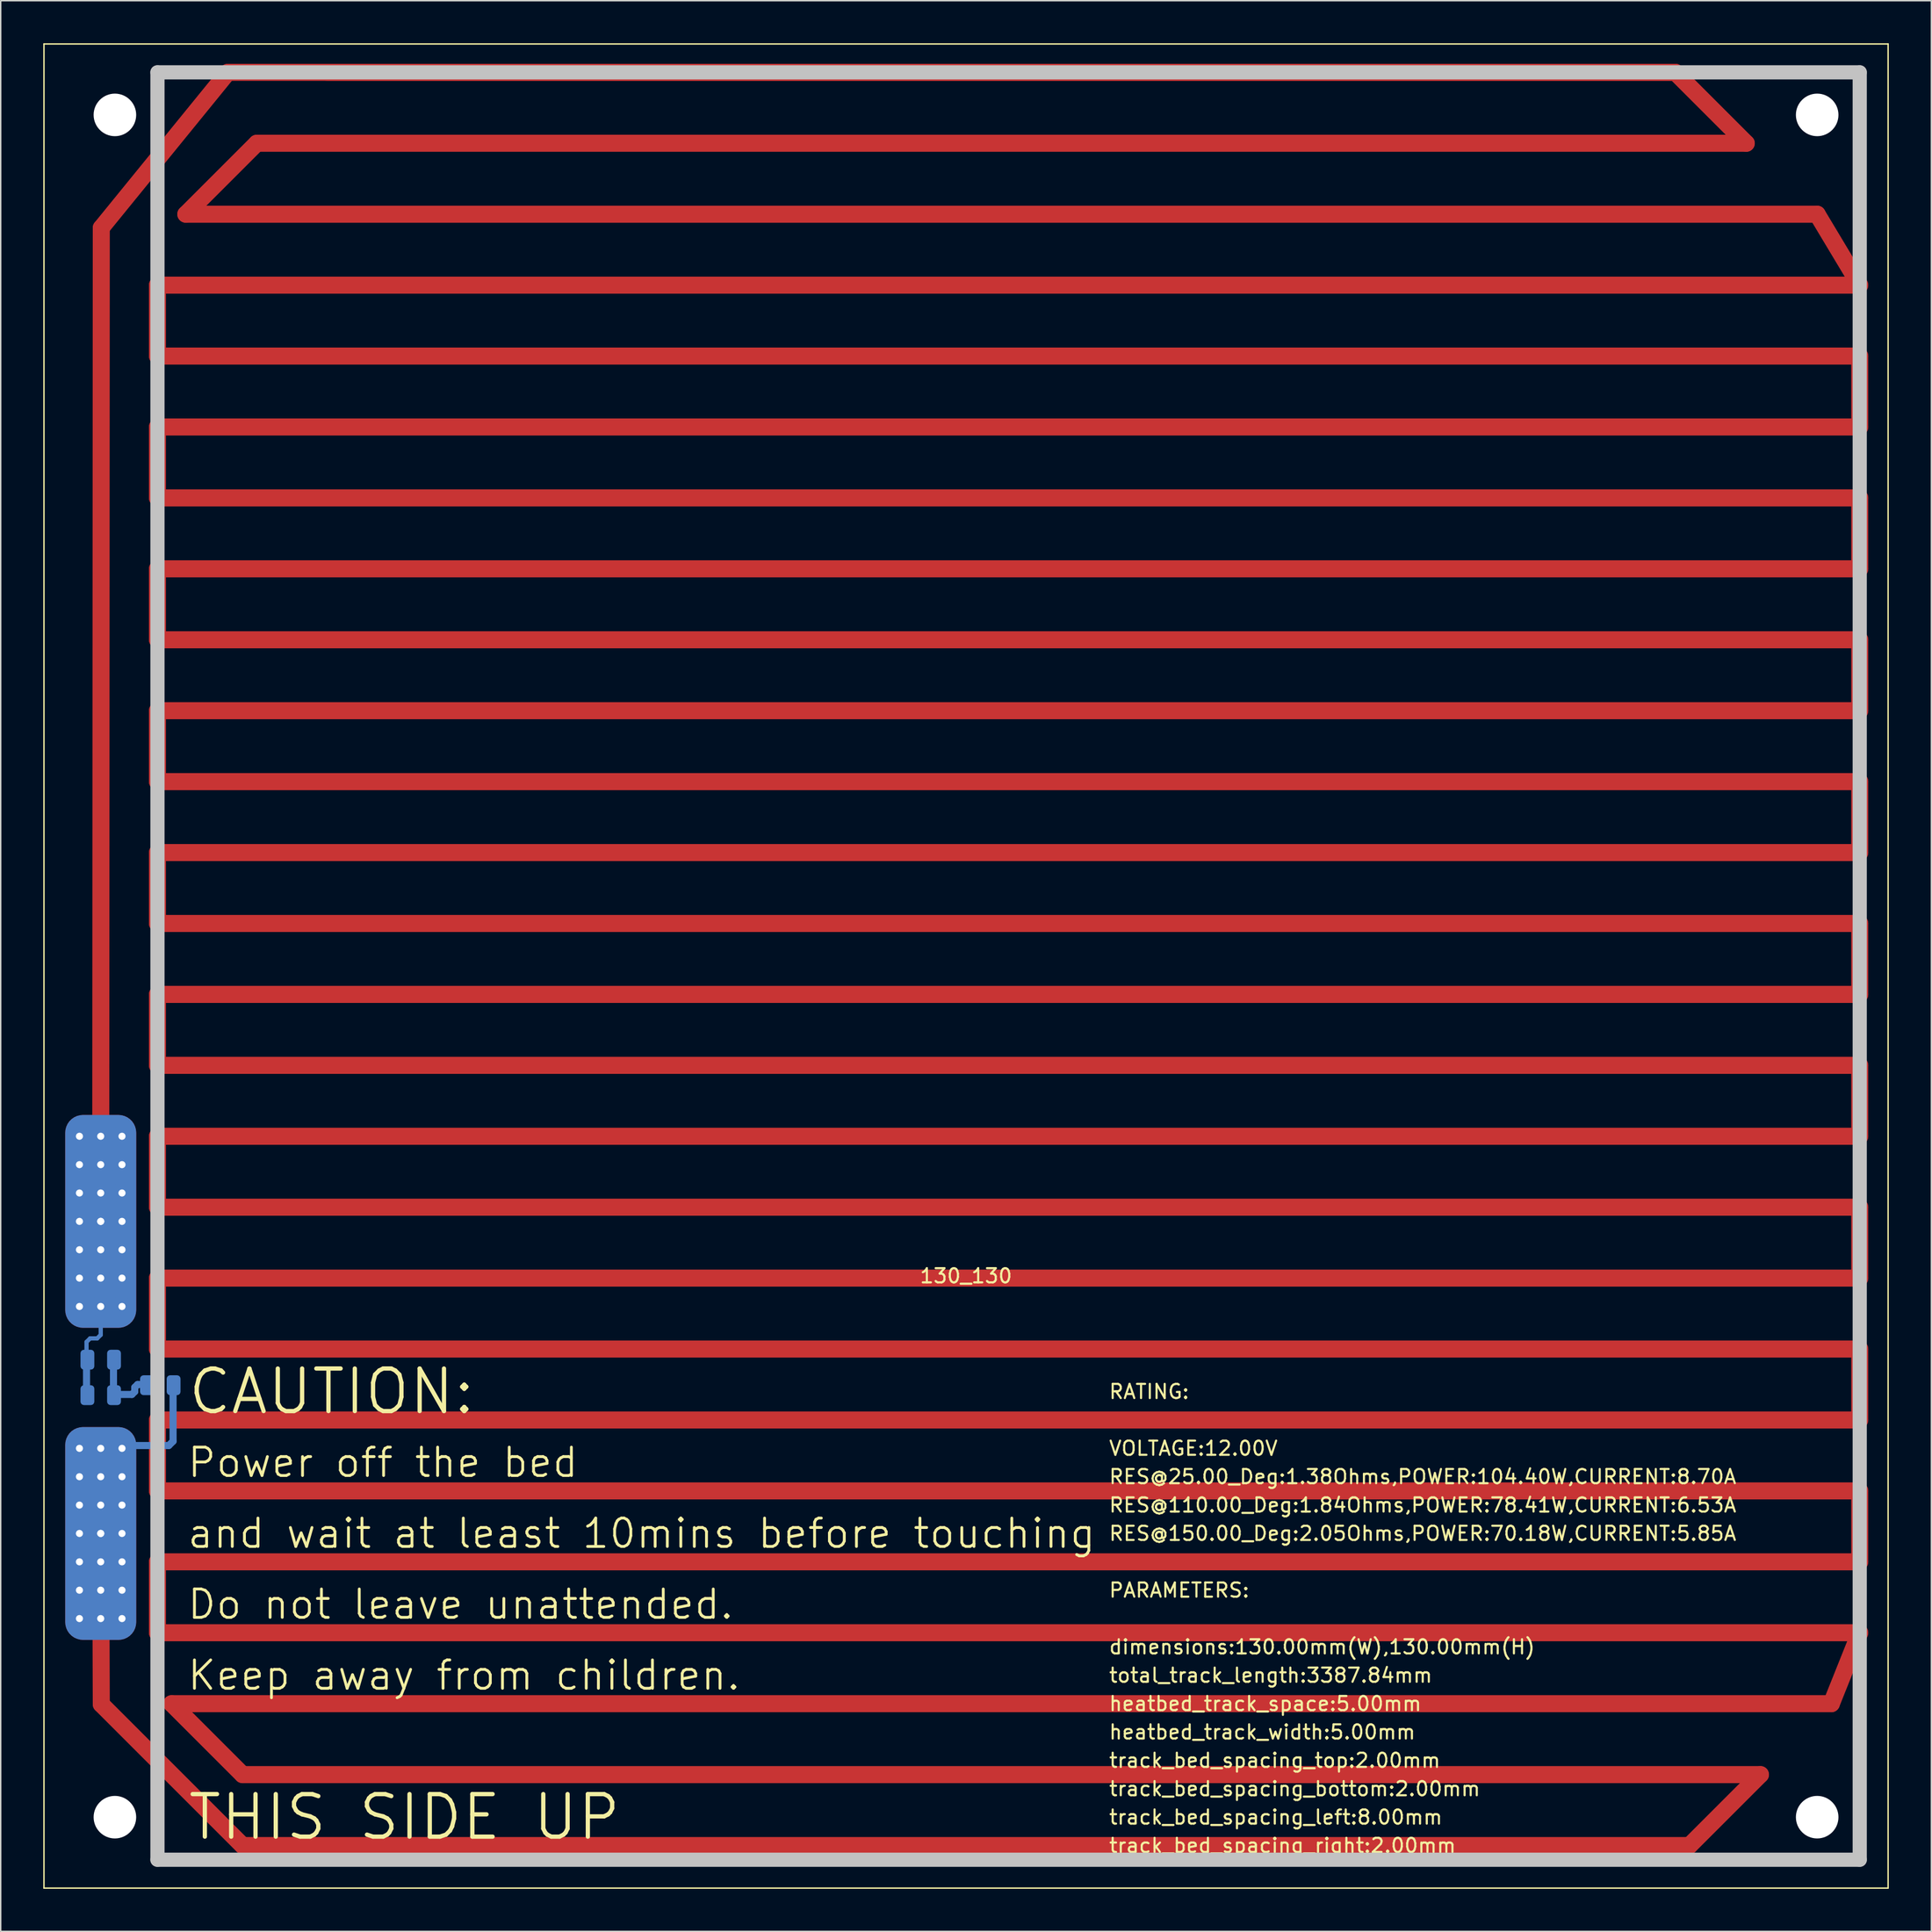
<source format=kicad_pcb>
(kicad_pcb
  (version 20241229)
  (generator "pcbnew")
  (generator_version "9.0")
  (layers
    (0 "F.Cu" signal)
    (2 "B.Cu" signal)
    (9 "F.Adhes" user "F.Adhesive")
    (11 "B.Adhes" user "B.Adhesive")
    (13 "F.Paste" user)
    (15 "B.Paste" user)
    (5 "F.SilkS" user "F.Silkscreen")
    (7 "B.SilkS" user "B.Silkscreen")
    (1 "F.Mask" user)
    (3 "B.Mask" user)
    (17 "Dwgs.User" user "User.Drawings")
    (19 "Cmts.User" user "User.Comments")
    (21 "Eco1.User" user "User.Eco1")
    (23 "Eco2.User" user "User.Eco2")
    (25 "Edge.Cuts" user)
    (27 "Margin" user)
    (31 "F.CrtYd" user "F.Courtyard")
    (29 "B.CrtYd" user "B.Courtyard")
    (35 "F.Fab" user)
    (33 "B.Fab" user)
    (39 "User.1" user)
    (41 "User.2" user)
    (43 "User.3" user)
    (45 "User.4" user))
  (footprint "130_130"
    (layer "F.Cu")
    (at 65.05 65.05)
    (property "Reference" "130_130" (at 0 21.844 0) (layer "F.SilkS") (effects (font (size 1 1) (thickness 0.15))))
    (attr through_hole)
    (fp_line (start -61 18) (end -60.96 -52.04) (stroke (width 1.2) (type solid)) (layer "F.Cu"))
    (fp_line (start -60.96 -52.04) (end -52.04 -63) (stroke (width 1.2) (type solid)) (layer "F.Cu"))
    (fp_line (start -60.96 52.04) (end -61 40) (stroke (width 1.2) (type solid)) (layer "F.Cu"))
    (fp_line (start -57 -48) (end -57 -43) (stroke (width 1.2) (type solid)) (layer "F.Cu"))
    (fp_line (start -57 -48) (end 63 -48) (stroke (width 1.2) (type solid)) (layer "F.Cu"))
    (fp_line (start -57 -43) (end 63 -43) (stroke (width 1.2) (type solid)) (layer "F.Cu"))
    (fp_line (start -57 -38) (end -57 -33) (stroke (width 1.2) (type solid)) (layer "F.Cu"))
    (fp_line (start -57 -38) (end 63 -38) (stroke (width 1.2) (type solid)) (layer "F.Cu"))
    (fp_line (start -57 -33) (end 63 -33) (stroke (width 1.2) (type solid)) (layer "F.Cu"))
    (fp_line (start -57 -28) (end -57 -23) (stroke (width 1.2) (type solid)) (layer "F.Cu"))
    (fp_line (start -57 -28) (end 63 -28) (stroke (width 1.2) (type solid)) (layer "F.Cu"))
    (fp_line (start -57 -23) (end 63 -23) (stroke (width 1.2) (type solid)) (layer "F.Cu"))
    (fp_line (start -57 -18) (end -57 -13) (stroke (width 1.2) (type solid)) (layer "F.Cu"))
    (fp_line (start -57 -18) (end 63 -18) (stroke (width 1.2) (type solid)) (layer "F.Cu"))
    (fp_line (start -57 -13) (end 63 -13) (stroke (width 1.2) (type solid)) (layer "F.Cu"))
    (fp_line (start -57 -8) (end -57 -3) (stroke (width 1.2) (type solid)) (layer "F.Cu"))
    (fp_line (start -57 -8) (end 63 -8) (stroke (width 1.2) (type solid)) (layer "F.Cu"))
    (fp_line (start -57 -3) (end 63 -3) (stroke (width 1.2) (type solid)) (layer "F.Cu"))
    (fp_line (start -57 2) (end -57 7) (stroke (width 1.2) (type solid)) (layer "F.Cu"))
    (fp_line (start -57 2) (end 63 2) (stroke (width 1.2) (type solid)) (layer "F.Cu"))
    (fp_line (start -57 7) (end 63 7) (stroke (width 1.2) (type solid)) (layer "F.Cu"))
    (fp_line (start -57 12) (end -57 17) (stroke (width 1.2) (type solid)) (layer "F.Cu"))
    (fp_line (start -57 12) (end 63 12) (stroke (width 1.2) (type solid)) (layer "F.Cu"))
    (fp_line (start -57 17) (end 63 17) (stroke (width 1.2) (type solid)) (layer "F.Cu"))
    (fp_line (start -57 22) (end -57 27) (stroke (width 1.2) (type solid)) (layer "F.Cu"))
    (fp_line (start -57 22) (end 63 22) (stroke (width 1.2) (type solid)) (layer "F.Cu"))
    (fp_line (start -57 27) (end 63 27) (stroke (width 1.2) (type solid)) (layer "F.Cu"))
    (fp_line (start -57 32) (end -57 37) (stroke (width 1.2) (type solid)) (layer "F.Cu"))
    (fp_line (start -57 32) (end 63 32) (stroke (width 1.2) (type solid)) (layer "F.Cu"))
    (fp_line (start -57 37) (end 63 37) (stroke (width 1.2) (type solid)) (layer "F.Cu"))
    (fp_line (start -57 42) (end -57 47) (stroke (width 1.2) (type solid)) (layer "F.Cu"))
    (fp_line (start -57 42) (end 63 42) (stroke (width 1.2) (type solid)) (layer "F.Cu"))
    (fp_line (start -57 47) (end 63 47) (stroke (width 1.2) (type solid)) (layer "F.Cu"))
    (fp_line (start -56 52) (end -51 57) (stroke (width 1.2) (type solid)) (layer "F.Cu"))
    (fp_line (start -56 52) (end 61 52) (stroke (width 1.2) (type solid)) (layer "F.Cu"))
    (fp_line (start -55 -53) (end 60 -53) (stroke (width 1.2) (type solid)) (layer "F.Cu"))
    (fp_line (start -52.04 -63) (end 50 -63) (stroke (width 1.2) (type solid)) (layer "F.Cu"))
    (fp_line (start -51 57) (end 56 57) (stroke (width 1.2) (type solid)) (layer "F.Cu"))
    (fp_line (start -51 62) (end -60.96 52.04) (stroke (width 1.2) (type solid)) (layer "F.Cu"))
    (fp_line (start -50 -58) (end -55 -53) (stroke (width 1.2) (type solid)) (layer "F.Cu"))
    (fp_line (start -50 -58) (end 55 -58) (stroke (width 1.2) (type solid)) (layer "F.Cu"))
    (fp_line (start -46 62) (end -51 62) (stroke (width 1.2) (type solid)) (layer "F.Cu"))
    (fp_line (start -46 62) (end 51 62) (stroke (width 1.2) (type solid)) (layer "F.Cu"))
    (fp_line (start -45 -63) (end 50 -63) (stroke (width 1.2) (type solid)) (layer "F.Cu"))
    (fp_line (start 50 -63) (end 55 -58) (stroke (width 1.2) (type solid)) (layer "F.Cu"))
    (fp_line (start 56 57) (end 51 62) (stroke (width 1.2) (type solid)) (layer "F.Cu"))
    (fp_line (start 60 -53) (end 63 -48) (stroke (width 1.2) (type solid)) (layer "F.Cu"))
    (fp_line (start 63 -43) (end 63 -38) (stroke (width 1.2) (type solid)) (layer "F.Cu"))
    (fp_line (start 63 -33) (end 63 -28) (stroke (width 1.2) (type solid)) (layer "F.Cu"))
    (fp_line (start 63 -23) (end 63 -18) (stroke (width 1.2) (type solid)) (layer "F.Cu"))
    (fp_line (start 63 -13) (end 63 -8) (stroke (width 1.2) (type solid)) (layer "F.Cu"))
    (fp_line (start 63 -3) (end 63 2) (stroke (width 1.2) (type solid)) (layer "F.Cu"))
    (fp_line (start 63 7) (end 63 12) (stroke (width 1.2) (type solid)) (layer "F.Cu"))
    (fp_line (start 63 17) (end 63 22) (stroke (width 1.2) (type solid)) (layer "F.Cu"))
    (fp_line (start 63 27) (end 63 32) (stroke (width 1.2) (type solid)) (layer "F.Cu"))
    (fp_line (start 63 37) (end 63 42) (stroke (width 1.2) (type solid)) (layer "F.Cu"))
    (fp_line (start 63 47) (end 61 52) (stroke (width 1.2) (type solid)) (layer "F.Cu"))
    (fp_circle (center -60 -60) (end -62 -60) (stroke (width 2) (type solid)) (fill no) (layer "F.Mask"))
    (fp_circle (center -60 60) (end -62 60) (stroke (width 2) (type solid)) (fill no) (layer "F.Mask"))
    (fp_circle (center 60 -60) (end 58 -60) (stroke (width 2) (type solid)) (fill no) (layer "F.Mask"))
    (fp_circle (center 60 60) (end 58 60) (stroke (width 2) (type solid)) (fill no) (layer "F.Mask"))
    (fp_line (start -62 26.5) (end -61.75 26.25) (stroke (width 0.3) (type solid)) (layer "B.Cu"))
    (fp_line (start -62 27.7) (end -62 30.3) (stroke (width 0.5) (type solid)) (layer "B.Cu"))
    (fp_line (start -62 27.75) (end -62 26.5) (stroke (width 0.3) (type solid)) (layer "B.Cu"))
    (fp_line (start -61.75 26.25) (end -61.25 26.25) (stroke (width 0.3) (type solid)) (layer "B.Cu"))
    (fp_line (start -61.25 26.25) (end -61 26) (stroke (width 0.3) (type solid)) (layer "B.Cu"))
    (fp_line (start -61 26) (end -61 25) (stroke (width 0.3) (type solid)) (layer "B.Cu"))
    (fp_line (start -60.1 27.7) (end -60.1 30.2) (stroke (width 0.5) (type solid)) (layer "B.Cu"))
    (fp_line (start -60.1 30.2) (end -58.8 30.2) (stroke (width 0.5) (type solid)) (layer "B.Cu"))
    (fp_line (start -58.8 30.2) (end -58.6 30) (stroke (width 0.5) (type solid)) (layer "B.Cu"))
    (fp_line (start -58.6 29.7) (end -58.4 29.5) (stroke (width 0.5) (type solid)) (layer "B.Cu"))
    (fp_line (start -58.6 30) (end -58.6 29.7) (stroke (width 0.5) (type solid)) (layer "B.Cu"))
    (fp_line (start -58.4 29.5) (end -57.8 29.5) (stroke (width 0.5) (type solid)) (layer "B.Cu"))
    (fp_line (start -56.2 33.8) (end -59.5 33.8) (stroke (width 0.5) (type solid)) (layer "B.Cu"))
    (fp_line (start -55.9 29.5) (end -55.9 33.5) (stroke (width 0.5) (type solid)) (layer "B.Cu"))
    (fp_line (start -55.9 33.5) (end -56.2 33.8) (stroke (width 0.5) (type solid)) (layer "B.Cu"))
    (fp_circle (center -60 -60) (end -62 -60) (stroke (width 2) (type solid)) (fill no) (layer "B.Mask"))
    (fp_circle (center -60 60) (end -62 60) (stroke (width 2) (type solid)) (fill no) (layer "B.Mask"))
    (fp_circle (center 60 -60) (end 58 -60) (stroke (width 2) (type solid)) (fill no) (layer "B.Mask"))
    (fp_circle (center 60 60) (end 58 60) (stroke (width 2) (type solid)) (fill no) (layer "B.Mask"))
    (fp_line (start -65 -65) (end 65 -65) (stroke (width 0.1) (type solid)) (layer "F.SilkS"))
    (fp_line (start -65 65) (end -65 -65) (stroke (width 0.1) (type solid)) (layer "F.SilkS"))
    (fp_line (start 65 -65) (end 65 65) (stroke (width 0.1) (type solid)) (layer "F.SilkS"))
    (fp_line (start 65 65) (end -65 65) (stroke (width 0.1) (type solid)) (layer "F.SilkS"))
    (fp_line (start -57 -63) (end -57 63) (stroke (width 1) (type solid)) (layer "Dwgs.User"))
    (fp_line (start -57 -63) (end 63 -63) (stroke (width 1) (type solid)) (layer "Dwgs.User"))
    (fp_line (start -57 63) (end 63 63) (stroke (width 1) (type solid)) (layer "Dwgs.User"))
    (fp_line (start 63 -63) (end 63 63) (stroke (width 1) (type solid)) (layer "Dwgs.User"))
    (fp_text user "RES@25.00_Deg:1.38Ohms,POWER:104.40W,CURRENT:8.70A" (at 10 36 0) (layer "F.SilkS") (effects (font (size 1 1) (thickness 0.15)) (justify left)))
    (fp_text user "CAUTION:" (at -55 30 0) (layer "F.SilkS") (effects (font (size 3 3) (thickness 0.3)) (justify left)))
    (fp_text user "track_bed_spacing_top:2.00mm" (at 10 56 0) (layer "F.SilkS") (effects (font (size 1 1) (thickness 0.15)) (justify left)))
    (fp_text user "RES@110.00_Deg:1.84Ohms,POWER:78.41W,CURRENT:6.53A" (at 10 38 0) (layer "F.SilkS") (effects (font (size 1 1) (thickness 0.15)) (justify left)))
    (fp_text user "heatbed_track_width:5.00mm" (at 10 54 0) (layer "F.SilkS") (effects (font (size 1 1) (thickness 0.15)) (justify left)))
    (fp_text user "Power off the bed" (at -55 35 0) (layer "F.SilkS") (effects (font (size 2 2) (thickness 0.2)) (justify left)))
    (fp_text user "track_bed_spacing_left:8.00mm" (at 10 60 0) (layer "F.SilkS") (effects (font (size 1 1) (thickness 0.15)) (justify left)))
    (fp_text user "dimensions:130.00mm(W),130.00mm(H)" (at 10 48 0) (layer "F.SilkS") (effects (font (size 1 1) (thickness 0.15)) (justify left)))
    (fp_text user "RES@150.00_Deg:2.05Ohms,POWER:70.18W,CURRENT:5.85A" (at 10 40 0) (layer "F.SilkS") (effects (font (size 1 1) (thickness 0.15)) (justify left)))
    (fp_text user "" (at 10 46 0) (layer "F.SilkS") (effects (font (size 1 1) (thickness 0.15)) (justify left)))
    (fp_text user "heatbed_track_space:5.00mm" (at 10 52 0) (layer "F.SilkS") (effects (font (size 1 1) (thickness 0.15)) (justify left)))
    (fp_text user "THIS SIDE UP" (at -55 60 0) (layer "F.SilkS") (effects (font (size 3 3) (thickness 0.3)) (justify left)))
    (fp_text user "Keep away from children." (at -55 50 0) (layer "F.SilkS") (effects (font (size 2 2) (thickness 0.2)) (justify left)))
    (fp_text user "Do not leave unattended." (at -55 45 0) (layer "F.SilkS") (effects (font (size 2 2) (thickness 0.2)) (justify left)))
    (fp_text user "" (at 10 42 0) (layer "F.SilkS") (effects (font (size 1 1) (thickness 0.15)) (justify left)))
    (fp_text user "" (at 10 32 0) (layer "F.SilkS") (effects (font (size 1 1) (thickness 0.15)) (justify left)))
    (fp_text user "total_track_length:3387.84mm" (at 10 50 0) (layer "F.SilkS") (effects (font (size 1 1) (thickness 0.15)) (justify left)))
    (fp_text user "track_bed_spacing_bottom:2.00mm" (at 10 58 0) (layer "F.SilkS") (effects (font (size 1 1) (thickness 0.15)) (justify left)))
    (fp_text user "RATING:" (at 10 30 0) (layer "F.SilkS") (effects (font (size 1 1) (thickness 0.15)) (justify left)))
    (fp_text user "PARAMETERS:" (at 10 44 0) (layer "F.SilkS") (effects (font (size 1 1) (thickness 0.15)) (justify left)))
    (fp_text user "VOLTAGE:12.00V" (at 10 34 0) (layer "F.SilkS") (effects (font (size 1 1) (thickness 0.15)) (justify left)))
    (fp_text user "and wait at least 10mins before touching" (at -55 40 0) (layer "F.SilkS") (effects (font (size 2 2) (thickness 0.2)) (justify left)))
    (fp_text user "track_bed_spacing_right:2.00mm" (at 10 62 0) (layer "F.SilkS") (effects (font (size 1 1) (thickness 0.15)) (justify left)))
    (pad "" np_thru_hole circle (at -60 -60) (size 3 3) (drill 3) (layers "*.Cu" "*.Mask"))
    (pad "" np_thru_hole circle (at -60 60) (size 3 3) (drill 3) (layers "*.Cu" "*.Mask"))
    (pad "" np_thru_hole circle (at 60 -60) (size 3 3) (drill 3) (layers "*.Cu" "*.Mask"))
    (pad "" np_thru_hole circle (at 60 60) (size 3 3) (drill 3) (layers "*.Cu" "*.Mask"))
    (pad "1" thru_hole circle (at -62.5 12) (size 1.5 1.5) (drill 0.5) (layers "*.Cu" "B.Mask"))
    (pad "1" thru_hole circle (at -62.5 14) (size 1.5 1.5) (drill 0.5) (layers "*.Cu" "B.Mask"))
    (pad "1" thru_hole circle (at -62.5 16) (size 1.5 1.5) (drill 0.5) (layers "*.Cu" "B.Mask"))
    (pad "1" thru_hole circle (at -62.5 18) (size 1.5 1.5) (drill 0.5) (layers "*.Cu" "B.Mask"))
    (pad "1" thru_hole circle (at -62.5 20) (size 1.5 1.5) (drill 0.5) (layers "*.Cu" "B.Mask"))
    (pad "1" thru_hole circle (at -62.5 22) (size 1.5 1.5) (drill 0.5) (layers "*.Cu" "B.Mask"))
    (pad "1" thru_hole circle (at -62.5 24) (size 1.5 1.5) (drill 0.5) (layers "*.Cu" "B.Mask"))
    (pad "1" smd roundrect (at -61.938 27.75) (size 0.975 1.4) (layers "B.Cu" "B.Mask") (roundrect_rratio 0.25))
    (pad "1" smd roundrect (at -61.938 30.25 180) (size 0.975 1.4) (layers "B.Cu" "B.Mask") (roundrect_rratio 0.25))
    (pad "1" thru_hole circle (at -61 12) (size 1.5 1.5) (drill 0.5) (layers "*.Cu" "B.Mask"))
    (pad "1" thru_hole circle (at -61 14) (size 1.5 1.5) (drill 0.5) (layers "*.Cu" "B.Mask"))
    (pad "1" thru_hole circle (at -61 16) (size 1.5 1.5) (drill 0.5) (layers "*.Cu" "B.Mask"))
    (pad "1" thru_hole circle (at -61 18) (size 1.5 1.5) (drill 0.5) (layers "*.Cu" "B.Mask"))
    (pad "1" thru_hole roundrect (at -61 18) (size 5 15) (drill 0.5) (layers "*.Cu" "B.Mask") (roundrect_rratio 0.25))
    (pad "1" thru_hole circle (at -61 20) (size 1.5 1.5) (drill 0.5) (layers "*.Cu" "B.Mask"))
    (pad "1" thru_hole circle (at -61 22) (size 1.5 1.5) (drill 0.5) (layers "*.Cu" "B.Mask"))
    (pad "1" thru_hole circle (at -61 24) (size 1.5 1.5) (drill 0.5) (layers "*.Cu" "B.Mask"))
    (pad "1" thru_hole circle (at -59.5 12) (size 1.5 1.5) (drill 0.5) (layers "*.Cu" "B.Mask"))
    (pad "1" thru_hole circle (at -59.5 14) (size 1.5 1.5) (drill 0.5) (layers "*.Cu" "B.Mask"))
    (pad "1" thru_hole circle (at -59.5 16) (size 1.5 1.5) (drill 0.5) (layers "*.Cu" "B.Mask"))
    (pad "1" thru_hole circle (at -59.5 18) (size 1.5 1.5) (drill 0.5) (layers "*.Cu" "B.Mask"))
    (pad "1" thru_hole circle (at -59.5 20) (size 1.5 1.5) (drill 0.5) (layers "*.Cu" "B.Mask"))
    (pad "1" thru_hole circle (at -59.5 22) (size 1.5 1.5) (drill 0.5) (layers "*.Cu" "B.Mask"))
    (pad "1" thru_hole circle (at -59.5 24) (size 1.5 1.5) (drill 0.5) (layers "*.Cu" "B.Mask"))
    (pad "2" thru_hole circle (at -62.5 34) (size 1.5 1.5) (drill 0.5) (layers "*.Cu" "B.Mask"))
    (pad "2" thru_hole circle (at -62.5 36) (size 1.5 1.5) (drill 0.5) (layers "*.Cu" "B.Mask"))
    (pad "2" thru_hole circle (at -62.5 38) (size 1.5 1.5) (drill 0.5) (layers "*.Cu" "B.Mask"))
    (pad "2" thru_hole circle (at -62.5 40) (size 1.5 1.5) (drill 0.5) (layers "*.Cu" "B.Mask"))
    (pad "2" thru_hole circle (at -62.5 42) (size 1.5 1.5) (drill 0.5) (layers "*.Cu" "B.Mask"))
    (pad "2" thru_hole circle (at -62.5 44) (size 1.5 1.5) (drill 0.5) (layers "*.Cu" "B.Mask"))
    (pad "2" thru_hole circle (at -62.5 46) (size 1.5 1.5) (drill 0.5) (layers "*.Cu" "B.Mask"))
    (pad "2" thru_hole circle (at -61 34) (size 1.5 1.5) (drill 0.5) (layers "*.Cu" "B.Mask"))
    (pad "2" thru_hole circle (at -61 36) (size 1.5 1.5) (drill 0.5) (layers "*.Cu" "B.Mask"))
    (pad "2" thru_hole circle (at -61 38) (size 1.5 1.5) (drill 0.5) (layers "*.Cu" "B.Mask"))
    (pad "2" thru_hole circle (at -61 40) (size 1.5 1.5) (drill 0.5) (layers "*.Cu" "B.Mask"))
    (pad "2" thru_hole roundrect (at -61 40) (size 5 15) (drill 0.5) (layers "*.Cu" "B.Mask") (roundrect_rratio 0.25))
    (pad "2" thru_hole circle (at -61 42) (size 1.5 1.5) (drill 0.5) (layers "*.Cu" "B.Mask"))
    (pad "2" thru_hole circle (at -61 44) (size 1.5 1.5) (drill 0.5) (layers "*.Cu" "B.Mask"))
    (pad "2" thru_hole circle (at -61 46) (size 1.5 1.5) (drill 0.5) (layers "*.Cu" "B.Mask"))
    (pad "2" thru_hole circle (at -59.5 34) (size 1.5 1.5) (drill 0.5) (layers "*.Cu" "B.Mask"))
    (pad "2" thru_hole circle (at -59.5 36) (size 1.5 1.5) (drill 0.5) (layers "*.Cu" "B.Mask"))
    (pad "2" thru_hole circle (at -59.5 38) (size 1.5 1.5) (drill 0.5) (layers "*.Cu" "B.Mask"))
    (pad "2" thru_hole circle (at -59.5 40) (size 1.5 1.5) (drill 0.5) (layers "*.Cu" "B.Mask"))
    (pad "2" thru_hole circle (at -59.5 42) (size 1.5 1.5) (drill 0.5) (layers "*.Cu" "B.Mask"))
    (pad "2" thru_hole circle (at -59.5 44) (size 1.5 1.5) (drill 0.5) (layers "*.Cu" "B.Mask"))
    (pad "2" thru_hole circle (at -59.5 46) (size 1.5 1.5) (drill 0.5) (layers "*.Cu" "B.Mask"))
    (pad "2" smd roundrect (at -55.862 29.55 180) (size 0.975 1.4) (layers "B.Cu" "B.Mask") (roundrect_rratio 0.25))
    (pad "R1" smd roundrect (at -60.062 27.75) (size 0.975 1.4) (layers "B.Cu" "B.Mask") (roundrect_rratio 0.25))
    (pad "R1" smd roundrect (at -60.062 30.25 180) (size 0.975 1.4) (layers "B.Cu" "B.Mask") (roundrect_rratio 0.25))
    (pad "R1" smd roundrect (at -57.737 29.55 180) (size 0.975 1.4) (layers "B.Cu" "B.Mask") (roundrect_rratio 0.25)))
  (gr_rect
    (start -3 -3)
    (end 133.1 133.1)
    (stroke (width 0.1) (type default))
    (fill no)
    (layer "Edge.Cuts")))
</source>
